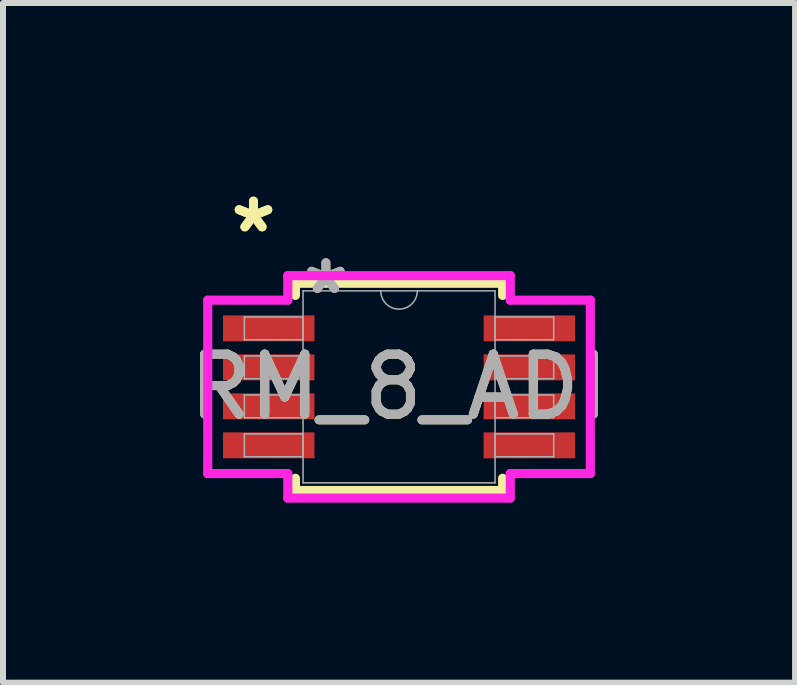
<source format=kicad_pcb>
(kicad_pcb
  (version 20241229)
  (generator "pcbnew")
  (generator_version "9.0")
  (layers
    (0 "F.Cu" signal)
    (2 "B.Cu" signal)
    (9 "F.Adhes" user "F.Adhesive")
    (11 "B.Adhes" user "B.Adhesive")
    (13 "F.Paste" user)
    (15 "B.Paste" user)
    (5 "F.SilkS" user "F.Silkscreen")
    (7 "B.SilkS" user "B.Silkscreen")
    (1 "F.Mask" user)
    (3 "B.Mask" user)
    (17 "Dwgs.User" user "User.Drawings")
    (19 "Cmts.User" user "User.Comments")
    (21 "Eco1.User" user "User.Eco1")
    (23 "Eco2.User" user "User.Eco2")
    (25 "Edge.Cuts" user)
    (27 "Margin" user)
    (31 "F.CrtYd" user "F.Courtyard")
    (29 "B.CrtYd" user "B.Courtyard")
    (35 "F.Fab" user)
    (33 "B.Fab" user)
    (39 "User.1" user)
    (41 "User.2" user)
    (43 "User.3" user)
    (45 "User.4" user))
  (footprint "RM_8_ADI"
    (layer "F.Cu")
    (at 3.601 3.398)
    (property "Reference" "RM_8_ADI" (at 0 0 0) (unlocked yes) (layer "F.SilkS") (effects (font (size 1 1) (thickness 0.15))))
    (attr smd)
    (fp_line (start -1.727 -1.727) (end -1.727 -1.524) (stroke (width 0.152) (type solid)) (layer "F.SilkS"))
    (fp_line (start -1.727 1.524) (end -1.727 1.727) (stroke (width 0.152) (type solid)) (layer "F.SilkS"))
    (fp_line (start -1.727 1.727) (end 1.727 1.727) (stroke (width 0.152) (type solid)) (layer "F.SilkS"))
    (fp_line (start 1.727 -1.727) (end -1.727 -1.727) (stroke (width 0.152) (type solid)) (layer "F.SilkS"))
    (fp_line (start 1.727 -1.524) (end 1.727 -1.727) (stroke (width 0.152) (type solid)) (layer "F.SilkS"))
    (fp_line (start 1.727 1.727) (end 1.727 1.524) (stroke (width 0.152) (type solid)) (layer "F.SilkS"))
    (fp_line (start -3.188 -1.445) (end -1.854 -1.445) (stroke (width 0.152) (type solid)) (layer "F.CrtYd"))
    (fp_line (start -3.188 1.445) (end -3.188 -1.445) (stroke (width 0.152) (type solid)) (layer "F.CrtYd"))
    (fp_line (start -3.188 1.445) (end -1.854 1.445) (stroke (width 0.152) (type solid)) (layer "F.CrtYd"))
    (fp_line (start -1.854 -1.854) (end 1.854 -1.854) (stroke (width 0.152) (type solid)) (layer "F.CrtYd"))
    (fp_line (start -1.854 -1.445) (end -1.854 -1.854) (stroke (width 0.152) (type solid)) (layer "F.CrtYd"))
    (fp_line (start -1.854 1.854) (end -1.854 1.445) (stroke (width 0.152) (type solid)) (layer "F.CrtYd"))
    (fp_line (start 1.854 -1.854) (end 1.854 -1.445) (stroke (width 0.152) (type solid)) (layer "F.CrtYd"))
    (fp_line (start 1.854 1.445) (end 1.854 1.854) (stroke (width 0.152) (type solid)) (layer "F.CrtYd"))
    (fp_line (start 1.854 1.854) (end -1.854 1.854) (stroke (width 0.152) (type solid)) (layer "F.CrtYd"))
    (fp_line (start 3.188 -1.445) (end 1.854 -1.445) (stroke (width 0.152) (type solid)) (layer "F.CrtYd"))
    (fp_line (start 3.188 -1.445) (end 3.188 1.445) (stroke (width 0.152) (type solid)) (layer "F.CrtYd"))
    (fp_line (start 3.188 1.445) (end 1.854 1.445) (stroke (width 0.152) (type solid)) (layer "F.CrtYd"))
    (fp_line (start -2.578 -1.165) (end -2.578 -0.784) (stroke (width 0.025) (type solid)) (layer "F.Fab"))
    (fp_line (start -2.578 -0.784) (end -1.6 -0.784) (stroke (width 0.025) (type solid)) (layer "F.Fab"))
    (fp_line (start -2.578 -0.515) (end -2.578 -0.135) (stroke (width 0.025) (type solid)) (layer "F.Fab"))
    (fp_line (start -2.578 -0.135) (end -1.6 -0.135) (stroke (width 0.025) (type solid)) (layer "F.Fab"))
    (fp_line (start -2.578 0.135) (end -2.578 0.515) (stroke (width 0.025) (type solid)) (layer "F.Fab"))
    (fp_line (start -2.578 0.515) (end -1.6 0.515) (stroke (width 0.025) (type solid)) (layer "F.Fab"))
    (fp_line (start -2.578 0.784) (end -2.578 1.165) (stroke (width 0.025) (type solid)) (layer "F.Fab"))
    (fp_line (start -2.578 1.165) (end -1.6 1.165) (stroke (width 0.025) (type solid)) (layer "F.Fab"))
    (fp_line (start -1.6 -1.6) (end -1.6 1.6) (stroke (width 0.025) (type solid)) (layer "F.Fab"))
    (fp_line (start -1.6 -1.165) (end -2.578 -1.165) (stroke (width 0.025) (type solid)) (layer "F.Fab"))
    (fp_line (start -1.6 -0.784) (end -1.6 -1.165) (stroke (width 0.025) (type solid)) (layer "F.Fab"))
    (fp_line (start -1.6 -0.515) (end -2.578 -0.515) (stroke (width 0.025) (type solid)) (layer "F.Fab"))
    (fp_line (start -1.6 -0.135) (end -1.6 -0.515) (stroke (width 0.025) (type solid)) (layer "F.Fab"))
    (fp_line (start -1.6 0.135) (end -2.578 0.135) (stroke (width 0.025) (type solid)) (layer "F.Fab"))
    (fp_line (start -1.6 0.515) (end -1.6 0.135) (stroke (width 0.025) (type solid)) (layer "F.Fab"))
    (fp_line (start -1.6 0.784) (end -2.578 0.784) (stroke (width 0.025) (type solid)) (layer "F.Fab"))
    (fp_line (start -1.6 1.165) (end -1.6 0.784) (stroke (width 0.025) (type solid)) (layer "F.Fab"))
    (fp_line (start -1.6 1.6) (end 1.6 1.6) (stroke (width 0.025) (type solid)) (layer "F.Fab"))
    (fp_line (start 1.6 -1.6) (end -1.6 -1.6) (stroke (width 0.025) (type solid)) (layer "F.Fab"))
    (fp_line (start 1.6 -1.165) (end 1.6 -0.784) (stroke (width 0.025) (type solid)) (layer "F.Fab"))
    (fp_line (start 1.6 -0.784) (end 2.578 -0.784) (stroke (width 0.025) (type solid)) (layer "F.Fab"))
    (fp_line (start 1.6 -0.515) (end 1.6 -0.135) (stroke (width 0.025) (type solid)) (layer "F.Fab"))
    (fp_line (start 1.6 -0.135) (end 2.578 -0.135) (stroke (width 0.025) (type solid)) (layer "F.Fab"))
    (fp_line (start 1.6 0.135) (end 1.6 0.515) (stroke (width 0.025) (type solid)) (layer "F.Fab"))
    (fp_line (start 1.6 0.515) (end 2.578 0.515) (stroke (width 0.025) (type solid)) (layer "F.Fab"))
    (fp_line (start 1.6 0.784) (end 1.6 1.165) (stroke (width 0.025) (type solid)) (layer "F.Fab"))
    (fp_line (start 1.6 1.165) (end 2.578 1.165) (stroke (width 0.025) (type solid)) (layer "F.Fab"))
    (fp_line (start 1.6 1.6) (end 1.6 -1.6) (stroke (width 0.025) (type solid)) (layer "F.Fab"))
    (fp_line (start 2.578 -1.165) (end 1.6 -1.165) (stroke (width 0.025) (type solid)) (layer "F.Fab"))
    (fp_line (start 2.578 -0.784) (end 2.578 -1.165) (stroke (width 0.025) (type solid)) (layer "F.Fab"))
    (fp_line (start 2.578 -0.515) (end 1.6 -0.515) (stroke (width 0.025) (type solid)) (layer "F.Fab"))
    (fp_line (start 2.578 -0.135) (end 2.578 -0.515) (stroke (width 0.025) (type solid)) (layer "F.Fab"))
    (fp_line (start 2.578 0.135) (end 1.6 0.135) (stroke (width 0.025) (type solid)) (layer "F.Fab"))
    (fp_line (start 2.578 0.515) (end 2.578 0.135) (stroke (width 0.025) (type solid)) (layer "F.Fab"))
    (fp_line (start 2.578 0.784) (end 1.6 0.784) (stroke (width 0.025) (type solid)) (layer "F.Fab"))
    (fp_line (start 2.578 1.165) (end 2.578 0.784) (stroke (width 0.025) (type solid)) (layer "F.Fab"))
    (fp_arc (start 0.3048 -1.6002) (mid 0 -1.2954) (end -0.3048 -1.6002) (stroke (width 0.0254) (type solid)) (layer "F.Fab"))
    (fp_text user "*" (at -2.426 -2.55 0) (layer "F.SilkS") (effects (font (size 1 1) (thickness 0.15))))
    (fp_text user "*" (at -2.426 -2.55 0) (unlocked yes) (layer "F.SilkS") (effects (font (size 1 1) (thickness 0.15))))
    (fp_text user "*" (at -1.219 -1.524 0) (unlocked yes) (layer "F.Fab") (effects (font (size 1 1) (thickness 0.15))))
    (fp_text user "*" (at -1.219 -1.524 0) (layer "F.Fab") (effects (font (size 1 1) (thickness 0.15))))
    (fp_text user "${REFERENCE}" (at 0 0 0) (unlocked yes) (layer "F.Fab") (effects (font (size 1 1) (thickness 0.15))))
    (pad "1" smd rect (at -2.172 -0.975) (size 1.524 0.432) (layers "F.Cu" "F.Mask" "F.Paste"))
    (pad "2" smd rect (at -2.172 -0.325) (size 1.524 0.432) (layers "F.Cu" "F.Mask" "F.Paste"))
    (pad "3" smd rect (at -2.172 0.325) (size 1.524 0.432) (layers "F.Cu" "F.Mask" "F.Paste"))
    (pad "4" smd rect (at -2.172 0.975) (size 1.524 0.432) (layers "F.Cu" "F.Mask" "F.Paste"))
    (pad "5" smd rect (at 2.172 0.975) (size 1.524 0.432) (layers "F.Cu" "F.Mask" "F.Paste"))
    (pad "6" smd rect (at 2.172 0.325) (size 1.524 0.432) (layers "F.Cu" "F.Mask" "F.Paste"))
    (pad "7" smd rect (at 2.172 -0.325) (size 1.524 0.432) (layers "F.Cu" "F.Mask" "F.Paste"))
    (pad "8" smd rect (at 2.172 -0.975) (size 1.524 0.432) (layers "F.Cu" "F.Mask" "F.Paste")))
  (gr_rect
    (start -3 -3)
    (end 10.202 8.328)
    (stroke (width 0.1) (type default))
    (fill no)
    (layer "Edge.Cuts")))
</source>
